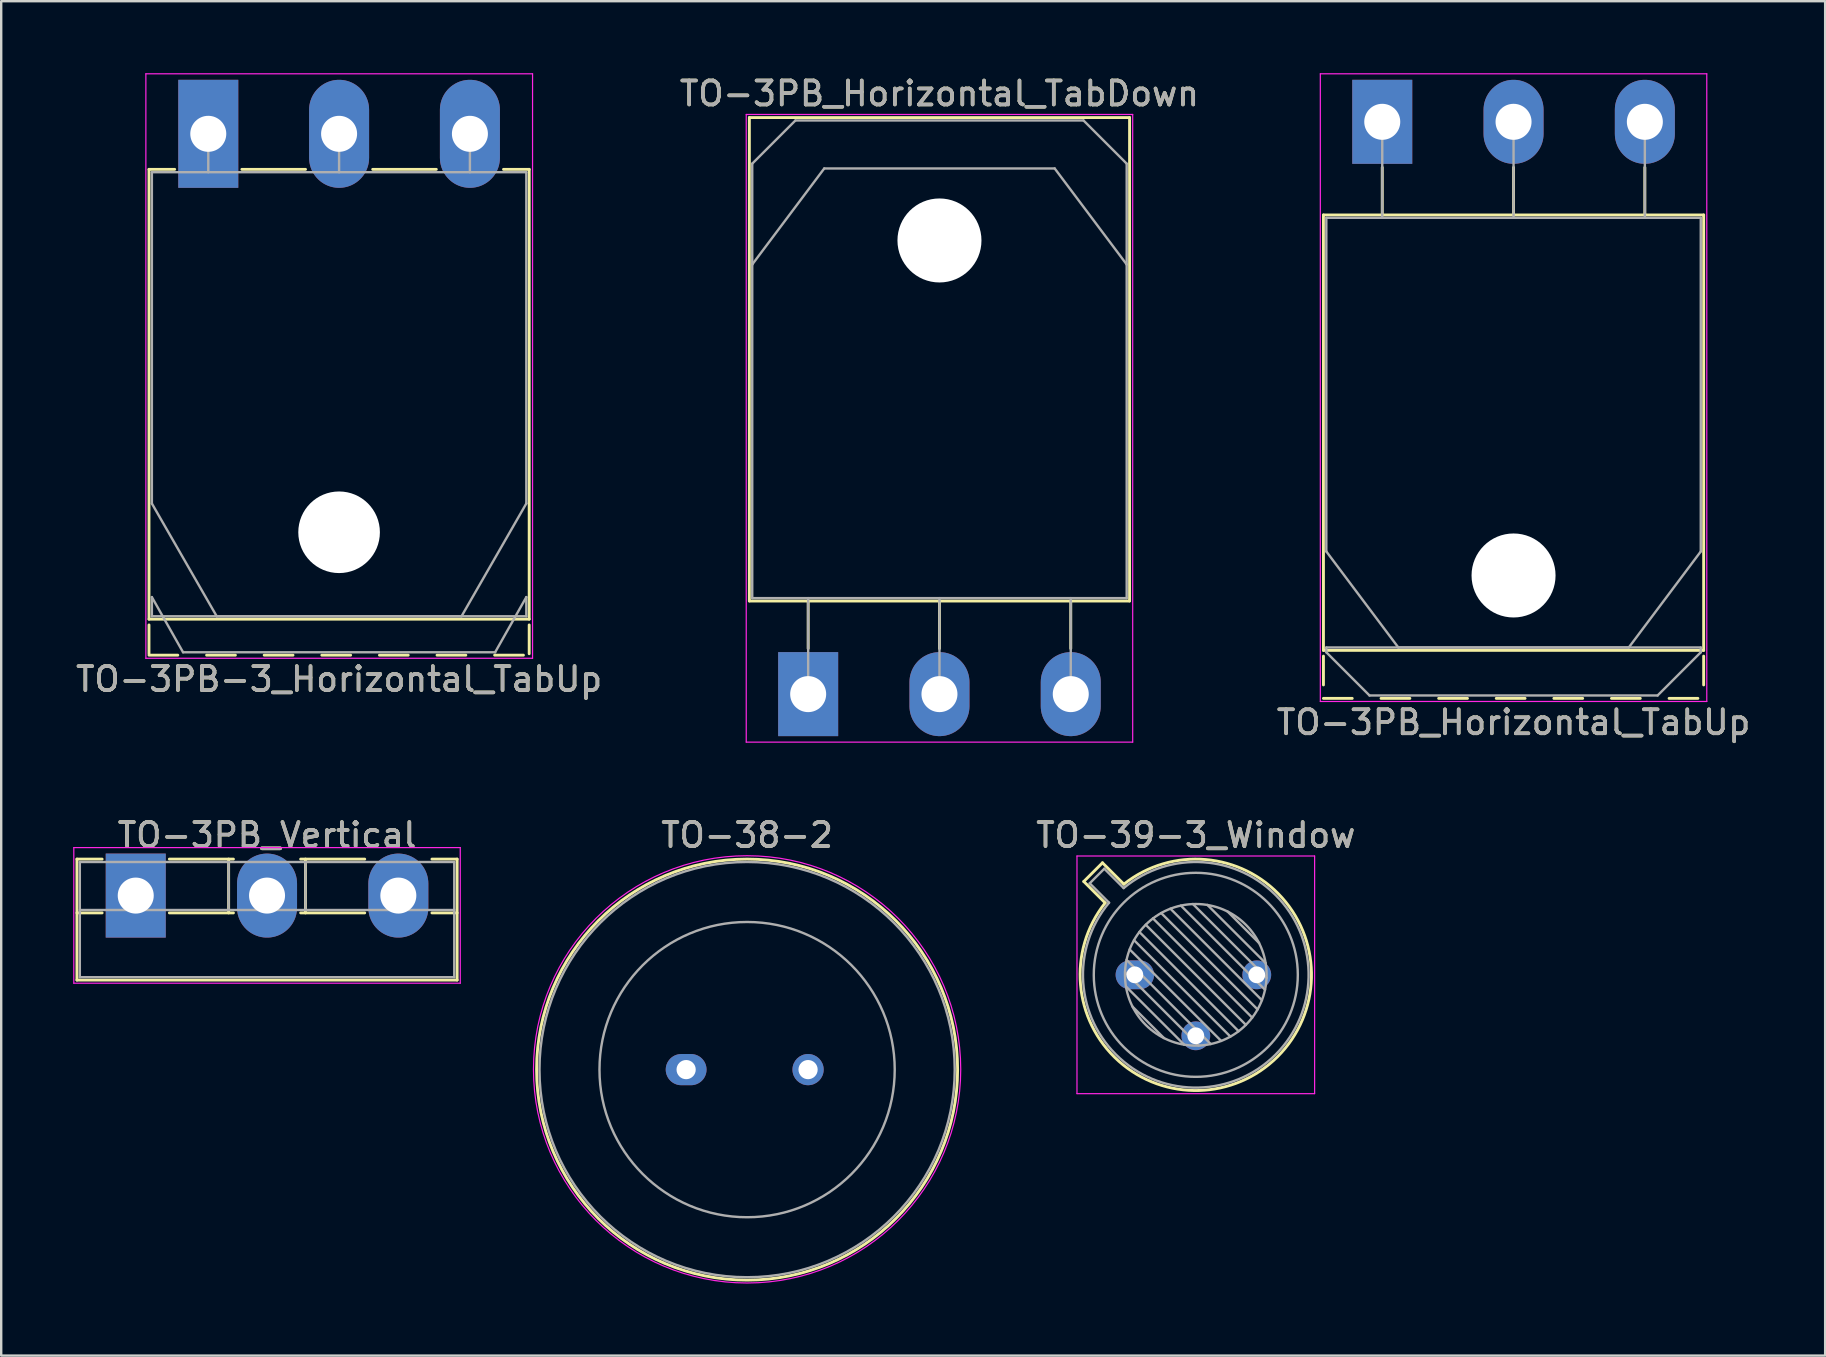
<source format=kicad_pcb>
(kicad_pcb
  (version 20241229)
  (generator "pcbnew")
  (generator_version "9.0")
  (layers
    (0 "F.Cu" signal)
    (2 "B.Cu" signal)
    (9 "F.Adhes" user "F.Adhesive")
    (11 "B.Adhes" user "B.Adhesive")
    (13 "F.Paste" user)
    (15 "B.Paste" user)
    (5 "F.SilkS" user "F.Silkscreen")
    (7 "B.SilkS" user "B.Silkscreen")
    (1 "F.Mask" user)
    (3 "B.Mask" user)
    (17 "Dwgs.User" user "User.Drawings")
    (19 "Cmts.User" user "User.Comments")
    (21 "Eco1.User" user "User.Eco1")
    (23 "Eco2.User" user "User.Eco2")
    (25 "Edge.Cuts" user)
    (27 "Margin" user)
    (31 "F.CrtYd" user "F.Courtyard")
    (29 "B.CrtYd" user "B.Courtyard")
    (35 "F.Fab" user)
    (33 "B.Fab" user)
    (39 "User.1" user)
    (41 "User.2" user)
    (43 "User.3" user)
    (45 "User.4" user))
  (footprint "TO-39-3_Window"
    (layer "F.Cu")
    (at 44.228 37.562)
    (property "Reference" "TO-39-3_Window" (at 2.54 -5.82 0) (layer "F.SilkS") (effects (font (size 1 1) (thickness 0.15))))
    (attr through_hole)
    (fp_line (start -2.126 -3.888) (end -1.235 -2.997) (stroke (width 0.12) (type solid)) (layer "F.SilkS"))
    (fp_line (start -1.348 -4.666) (end -2.126 -3.888) (stroke (width 0.12) (type solid)) (layer "F.SilkS"))
    (fp_line (start -0.457 -3.775) (end -1.348 -4.666) (stroke (width 0.12) (type solid)) (layer "F.SilkS"))
    (fp_arc (start -0.457084 -3.774902) (mid 5.948125 3.408384) (end -1.234674 -2.997371) (stroke (width 0.12) (type solid)) (layer "F.SilkS"))
    (fp_line (start -2.41 -4.95) (end -2.41 4.95) (stroke (width 0.05) (type solid)) (layer "F.CrtYd"))
    (fp_line (start -2.41 4.95) (end 7.49 4.95) (stroke (width 0.05) (type solid)) (layer "F.CrtYd"))
    (fp_line (start 7.49 -4.95) (end -2.41 -4.95) (stroke (width 0.05) (type solid)) (layer "F.CrtYd"))
    (fp_line (start 7.49 4.95) (end 7.49 -4.95) (stroke (width 0.05) (type solid)) (layer "F.CrtYd"))
    (fp_line (start -1.88 -3.812) (end -1.074 -3.005) (stroke (width 0.1) (type solid)) (layer "F.Fab"))
    (fp_line (start -1.272 -4.42) (end -1.88 -3.812) (stroke (width 0.1) (type solid)) (layer "F.Fab"))
    (fp_line (start -0.465 -3.614) (end -1.272 -4.42) (stroke (width 0.1) (type solid)) (layer "F.Fab"))
    (fp_line (start -0.408 -0.12) (end 2.66 2.948) (stroke (width 0.1) (type solid)) (layer "F.Fab"))
    (fp_line (start -0.371 0.485) (end 2.055 2.911) (stroke (width 0.1) (type solid)) (layer "F.Fab"))
    (fp_line (start -0.344 -0.622) (end 3.162 2.884) (stroke (width 0.1) (type solid)) (layer "F.Fab"))
    (fp_line (start -0.215 -1.058) (end 3.598 2.755) (stroke (width 0.1) (type solid)) (layer "F.Fab"))
    (fp_line (start -0.097 1.324) (end 1.216 2.637) (stroke (width 0.1) (type solid)) (layer "F.Fab"))
    (fp_line (start -0.034 -1.443) (end 3.983 2.574) (stroke (width 0.1) (type solid)) (layer "F.Fab"))
    (fp_line (start 0.19 -1.784) (end 4.324 2.35) (stroke (width 0.1) (type solid)) (layer "F.Fab"))
    (fp_line (start 0.454 -2.086) (end 4.626 2.086) (stroke (width 0.1) (type solid)) (layer "F.Fab"))
    (fp_line (start 0.756 -2.35) (end 4.89 1.784) (stroke (width 0.1) (type solid)) (layer "F.Fab"))
    (fp_line (start 1.097 -2.574) (end 5.114 1.443) (stroke (width 0.1) (type solid)) (layer "F.Fab"))
    (fp_line (start 1.482 -2.755) (end 5.295 1.058) (stroke (width 0.1) (type solid)) (layer "F.Fab"))
    (fp_line (start 1.918 -2.884) (end 5.424 0.622) (stroke (width 0.1) (type solid)) (layer "F.Fab"))
    (fp_line (start 2.42 -2.948) (end 5.488 0.12) (stroke (width 0.1) (type solid)) (layer "F.Fab"))
    (fp_line (start 3.025 -2.911) (end 5.451 -0.485) (stroke (width 0.1) (type solid)) (layer "F.Fab"))
    (fp_line (start 3.864 -2.637) (end 5.177 -1.324) (stroke (width 0.1) (type solid)) (layer "F.Fab"))
    (fp_arc (start -0.465408 -3.61352) (mid 5.863443 3.323361) (end -1.073594 -3.005319) (stroke (width 0.1) (type solid)) (layer "F.Fab"))
    (fp_circle (center 2.54 0) (end 5.49 0) (stroke (width 0.1) (type solid)) (fill no) (layer "F.Fab"))
    (fp_circle (center 2.54 0) (end 6.79 0) (stroke (width 0.1) (type solid)) (fill no) (layer "F.Fab"))
    (fp_text user "${REFERENCE}" (at 2.54 -5.82 0) (layer "F.Fab") (effects (font (size 1 1) (thickness 0.15))))
    (pad "1" thru_hole oval (at 0 0) (size 1.6 1.2) (drill 0.7) (layers "*.Cu" "*.Mask"))
    (pad "2" thru_hole oval (at 2.54 2.54) (size 1.2 1.2) (drill 0.7) (layers "*.Cu" "*.Mask"))
    (pad "3" thru_hole oval (at 5.08 0) (size 1.2 1.2) (drill 0.7) (layers "*.Cu" "*.Mask")))
  (footprint "TO-3PB-3_Horizontal_TabUp"
    (layer "F.Cu")
    (at 5.627 2.525)
    (property "Reference" "TO-3PB-3_Horizontal_TabUp" (at 5.45 22.72 0) (layer "F.SilkS") (effects (font (size 1 1) (thickness 0.15))))
    (attr through_hole)
    (fp_line (start -2.47 1.48) (end -2.47 20.22) (stroke (width 0.12) (type solid)) (layer "F.SilkS"))
    (fp_line (start -2.47 1.48) (end -1.4 1.48) (stroke (width 0.12) (type solid)) (layer "F.SilkS"))
    (fp_line (start -2.47 20.22) (end 13.37 20.22) (stroke (width 0.12) (type solid)) (layer "F.SilkS"))
    (fp_line (start -2.47 20.46) (end -2.47 21.66) (stroke (width 0.12) (type solid)) (layer "F.SilkS"))
    (fp_line (start -2.47 21.72) (end -1.27 21.72) (stroke (width 0.12) (type solid)) (layer "F.SilkS"))
    (fp_line (start -0.07 21.72) (end 1.13 21.72) (stroke (width 0.12) (type solid)) (layer "F.SilkS"))
    (fp_line (start 1.4 1.48) (end 4.051 1.48) (stroke (width 0.12) (type solid)) (layer "F.SilkS"))
    (fp_line (start 2.33 21.72) (end 3.53 21.72) (stroke (width 0.12) (type solid)) (layer "F.SilkS"))
    (fp_line (start 4.73 21.72) (end 5.931 21.72) (stroke (width 0.12) (type solid)) (layer "F.SilkS"))
    (fp_line (start 6.85 1.48) (end 9.5 1.48) (stroke (width 0.12) (type solid)) (layer "F.SilkS"))
    (fp_line (start 7.131 21.72) (end 8.33 21.72) (stroke (width 0.12) (type solid)) (layer "F.SilkS"))
    (fp_line (start 9.53 21.72) (end 10.73 21.72) (stroke (width 0.12) (type solid)) (layer "F.SilkS"))
    (fp_line (start 11.93 21.72) (end 13.13 21.72) (stroke (width 0.12) (type solid)) (layer "F.SilkS"))
    (fp_line (start 12.3 1.48) (end 13.37 1.48) (stroke (width 0.12) (type solid)) (layer "F.SilkS"))
    (fp_line (start 13.37 1.48) (end 13.37 20.22) (stroke (width 0.12) (type solid)) (layer "F.SilkS"))
    (fp_line (start 13.37 20.46) (end 13.37 21.66) (stroke (width 0.12) (type solid)) (layer "F.SilkS"))
    (fp_line (start -2.6 -2.5) (end -2.6 21.85) (stroke (width 0.05) (type solid)) (layer "F.CrtYd"))
    (fp_line (start -2.6 21.85) (end 13.51 21.85) (stroke (width 0.05) (type solid)) (layer "F.CrtYd"))
    (fp_line (start 13.51 -2.5) (end -2.6 -2.5) (stroke (width 0.05) (type solid)) (layer "F.CrtYd"))
    (fp_line (start 13.51 21.85) (end 13.51 -2.5) (stroke (width 0.05) (type solid)) (layer "F.CrtYd"))
    (fp_line (start -2.35 1.6) (end -2.35 15.401) (stroke (width 0.1) (type solid)) (layer "F.Fab"))
    (fp_line (start -2.35 15.401) (end 0.351 20.1) (stroke (width 0.1) (type solid)) (layer "F.Fab"))
    (fp_line (start -2.35 19.3) (end -1.05 21.6) (stroke (width 0.1) (type solid)) (layer "F.Fab"))
    (fp_line (start -2.35 20.1) (end -2.35 19.3) (stroke (width 0.1) (type solid)) (layer "F.Fab"))
    (fp_line (start -1.05 21.6) (end 11.95 21.6) (stroke (width 0.1) (type solid)) (layer "F.Fab"))
    (fp_line (start 0 1.6) (end 0 0) (stroke (width 0.1) (type solid)) (layer "F.Fab"))
    (fp_line (start 0.351 20.1) (end 10.55 20.1) (stroke (width 0.1) (type solid)) (layer "F.Fab"))
    (fp_line (start 5.45 1.6) (end 5.45 0) (stroke (width 0.1) (type solid)) (layer "F.Fab"))
    (fp_line (start 10.55 20.1) (end 13.25 15.401) (stroke (width 0.1) (type solid)) (layer "F.Fab"))
    (fp_line (start 10.9 1.6) (end 10.9 0) (stroke (width 0.1) (type solid)) (layer "F.Fab"))
    (fp_line (start 11.95 21.6) (end 13.25 19.3) (stroke (width 0.1) (type solid)) (layer "F.Fab"))
    (fp_line (start 13.25 1.6) (end -2.35 1.6) (stroke (width 0.1) (type solid)) (layer "F.Fab"))
    (fp_line (start 13.25 15.401) (end 13.25 1.6) (stroke (width 0.1) (type solid)) (layer "F.Fab"))
    (fp_line (start 13.25 19.3) (end 13.25 20.1) (stroke (width 0.1) (type solid)) (layer "F.Fab"))
    (fp_line (start 13.25 20.1) (end -2.35 20.1) (stroke (width 0.1) (type solid)) (layer "F.Fab"))
    (fp_circle (center 5.45 16.6) (end 7.05 16.6) (stroke (width 0.1) (type solid)) (fill no) (layer "F.Fab"))
    (fp_text user "${REFERENCE}" (at 5.45 22.72 0) (layer "F.Fab") (effects (font (size 1 1) (thickness 0.15))))
    (pad "" np_thru_hole oval (at 5.45 16.6) (size 3.4 3.4) (drill 3.4) (layers "*.Cu" "*.Mask"))
    (pad "1" thru_hole rect (at 0 0) (size 2.5 4.5) (drill 1.5) (layers "*.Cu" "*.Mask"))
    (pad "2" thru_hole oval (at 5.45 0) (size 2.5 4.5) (drill 1.5) (layers "*.Cu" "*.Mask"))
    (pad "3" thru_hole oval (at 10.9 0) (size 2.5 4.5) (drill 1.5) (layers "*.Cu" "*.Mask")))
  (footprint "TO-38-2"
    (layer "F.Cu")
    (at 25.535 41.511)
    (property "Reference" "TO-38-2" (at 2.54 -9.77 0) (layer "F.SilkS") (effects (font (size 1 1) (thickness 0.15))))
    (attr through_hole)
    (fp_circle (center 2.54 0) (end 11.31 0) (stroke (width 0.12) (type solid)) (fill no) (layer "F.SilkS"))
    (fp_circle (center 2.54 -0.01) (end 11.44 -0.01) (stroke (width 0.05) (type solid)) (fill no) (layer "F.CrtYd"))
    (fp_circle (center 2.54 0) (end 8.69 0) (stroke (width 0.1) (type solid)) (fill no) (layer "F.Fab"))
    (fp_circle (center 2.54 0) (end 11.19 0) (stroke (width 0.1) (type solid)) (fill no) (layer "F.Fab"))
    (fp_text user "${REFERENCE}" (at 2.54 -9.77 0) (layer "F.Fab") (effects (font (size 1 1) (thickness 0.15))))
    (pad "1" thru_hole oval (at 0 0) (size 1.7 1.3) (drill 0.8) (layers "*.Cu" "*.Mask"))
    (pad "2" thru_hole oval (at 5.08 0) (size 1.3 1.3) (drill 0.8) (layers "*.Cu" "*.Mask")))
  (footprint "TO-3PB_Horizontal_TabDown"
    (layer "F.Cu")
    (at 30.619 25.868)
    (property "Reference" "TO-3PB_Horizontal_TabDown" (at 5.47 -25.02 0) (layer "F.SilkS") (effects (font (size 1 1) (thickness 0.15))))
    (attr through_hole)
    (fp_line (start -2.45 -24.02) (end -2.45 -3.88) (stroke (width 0.12) (type solid)) (layer "F.SilkS"))
    (fp_line (start -2.45 -24.02) (end 13.39 -24.02) (stroke (width 0.12) (type solid)) (layer "F.SilkS"))
    (fp_line (start -2.45 -3.88) (end 13.39 -3.88) (stroke (width 0.12) (type solid)) (layer "F.SilkS"))
    (fp_line (start 0 -3.88) (end 0 -1.9) (stroke (width 0.12) (type solid)) (layer "F.SilkS"))
    (fp_line (start 5.47 -3.88) (end 5.47 -1.9) (stroke (width 0.12) (type solid)) (layer "F.SilkS"))
    (fp_line (start 10.94 -3.88) (end 10.94 -1.9) (stroke (width 0.12) (type solid)) (layer "F.SilkS"))
    (fp_line (start 13.39 -24.02) (end 13.39 -3.88) (stroke (width 0.12) (type solid)) (layer "F.SilkS"))
    (fp_line (start -2.58 -24.15) (end -2.58 2) (stroke (width 0.05) (type solid)) (layer "F.CrtYd"))
    (fp_line (start -2.58 2) (end 13.52 2) (stroke (width 0.05) (type solid)) (layer "F.CrtYd"))
    (fp_line (start 13.52 -24.15) (end -2.58 -24.15) (stroke (width 0.05) (type solid)) (layer "F.CrtYd"))
    (fp_line (start 13.52 2) (end 13.52 -24.15) (stroke (width 0.05) (type solid)) (layer "F.CrtYd"))
    (fp_line (start -2.33 -22.1) (end -0.53 -23.9) (stroke (width 0.1) (type solid)) (layer "F.Fab"))
    (fp_line (start -2.33 -17.9) (end -2.33 -22.1) (stroke (width 0.1) (type solid)) (layer "F.Fab"))
    (fp_line (start -2.33 -17.9) (end 0.67 -21.9) (stroke (width 0.1) (type solid)) (layer "F.Fab"))
    (fp_line (start -2.33 -4) (end -2.33 -17.9) (stroke (width 0.1) (type solid)) (layer "F.Fab"))
    (fp_line (start -0.53 -23.9) (end 11.47 -23.9) (stroke (width 0.1) (type solid)) (layer "F.Fab"))
    (fp_line (start 0 -4) (end 0 0) (stroke (width 0.1) (type solid)) (layer "F.Fab"))
    (fp_line (start 0.67 -21.9) (end 10.27 -21.9) (stroke (width 0.1) (type solid)) (layer "F.Fab"))
    (fp_line (start 5.47 -4) (end 5.47 0) (stroke (width 0.1) (type solid)) (layer "F.Fab"))
    (fp_line (start 10.27 -21.9) (end 13.27 -17.9) (stroke (width 0.1) (type solid)) (layer "F.Fab"))
    (fp_line (start 10.94 -4) (end 10.94 0) (stroke (width 0.1) (type solid)) (layer "F.Fab"))
    (fp_line (start 11.47 -23.9) (end 13.27 -22.1) (stroke (width 0.1) (type solid)) (layer "F.Fab"))
    (fp_line (start 13.27 -22.1) (end 13.27 -17.9) (stroke (width 0.1) (type solid)) (layer "F.Fab"))
    (fp_line (start 13.27 -17.9) (end 13.27 -4) (stroke (width 0.1) (type solid)) (layer "F.Fab"))
    (fp_line (start 13.27 -4) (end -2.33 -4) (stroke (width 0.1) (type solid)) (layer "F.Fab"))
    (fp_circle (center 5.47 -18.9) (end 7.07 -18.9) (stroke (width 0.1) (type solid)) (fill no) (layer "F.Fab"))
    (fp_text user "${REFERENCE}" (at 5.47 -25.02 0) (layer "F.Fab") (effects (font (size 1 1) (thickness 0.15))))
    (pad "" np_thru_hole oval (at 5.47 -18.9) (size 3.5 3.5) (drill 3.5) (layers "*.Cu" "*.Mask"))
    (pad "1" thru_hole rect (at 0 0) (size 2.5 3.5) (drill 1.5) (layers "*.Cu" "*.Mask"))
    (pad "2" thru_hole oval (at 5.47 0) (size 2.5 3.5) (drill 1.5) (layers "*.Cu" "*.Mask"))
    (pad "3" thru_hole oval (at 10.94 0) (size 2.5 3.5) (drill 1.5) (layers "*.Cu" "*.Mask")))
  (footprint "TO-3PB_Horizontal_TabUp"
    (layer "F.Cu")
    (at 54.536 2.025)
    (property "Reference" "TO-3PB_Horizontal_TabUp" (at 5.47 25.02 0) (layer "F.SilkS") (effects (font (size 1 1) (thickness 0.15))))
    (attr through_hole)
    (fp_line (start -2.45 3.88) (end -2.45 22.02) (stroke (width 0.12) (type solid)) (layer "F.SilkS"))
    (fp_line (start -2.45 3.88) (end 13.39 3.88) (stroke (width 0.12) (type solid)) (layer "F.SilkS"))
    (fp_line (start -2.45 22.02) (end 13.39 22.02) (stroke (width 0.12) (type solid)) (layer "F.SilkS"))
    (fp_line (start -2.45 22.26) (end -2.45 23.46) (stroke (width 0.12) (type solid)) (layer "F.SilkS"))
    (fp_line (start -2.45 24.02) (end -1.251 24.02) (stroke (width 0.12) (type solid)) (layer "F.SilkS"))
    (fp_line (start -0.051 24.02) (end 1.15 24.02) (stroke (width 0.12) (type solid)) (layer "F.SilkS"))
    (fp_line (start 0 1.9) (end 0 3.88) (stroke (width 0.12) (type solid)) (layer "F.SilkS"))
    (fp_line (start 2.35 24.02) (end 3.55 24.02) (stroke (width 0.12) (type solid)) (layer "F.SilkS"))
    (fp_line (start 4.75 24.02) (end 5.95 24.02) (stroke (width 0.12) (type solid)) (layer "F.SilkS"))
    (fp_line (start 5.47 1.9) (end 5.47 3.88) (stroke (width 0.12) (type solid)) (layer "F.SilkS"))
    (fp_line (start 7.15 24.02) (end 8.35 24.02) (stroke (width 0.12) (type solid)) (layer "F.SilkS"))
    (fp_line (start 9.55 24.02) (end 10.75 24.02) (stroke (width 0.12) (type solid)) (layer "F.SilkS"))
    (fp_line (start 10.94 1.9) (end 10.94 3.88) (stroke (width 0.12) (type solid)) (layer "F.SilkS"))
    (fp_line (start 11.95 24.02) (end 13.15 24.02) (stroke (width 0.12) (type solid)) (layer "F.SilkS"))
    (fp_line (start 13.39 3.88) (end 13.39 22.02) (stroke (width 0.12) (type solid)) (layer "F.SilkS"))
    (fp_line (start 13.39 22.26) (end 13.39 23.46) (stroke (width 0.12) (type solid)) (layer "F.SilkS"))
    (fp_line (start -2.58 -2) (end -2.58 24.15) (stroke (width 0.05) (type solid)) (layer "F.CrtYd"))
    (fp_line (start -2.58 24.15) (end 13.52 24.15) (stroke (width 0.05) (type solid)) (layer "F.CrtYd"))
    (fp_line (start 13.52 -2) (end -2.58 -2) (stroke (width 0.05) (type solid)) (layer "F.CrtYd"))
    (fp_line (start 13.52 24.15) (end 13.52 -2) (stroke (width 0.05) (type solid)) (layer "F.CrtYd"))
    (fp_line (start -2.33 4) (end -2.33 17.9) (stroke (width 0.1) (type solid)) (layer "F.Fab"))
    (fp_line (start -2.33 17.9) (end 0.67 21.9) (stroke (width 0.1) (type solid)) (layer "F.Fab"))
    (fp_line (start -2.33 21.9) (end -2.33 22.1) (stroke (width 0.1) (type solid)) (layer "F.Fab"))
    (fp_line (start -2.33 22.1) (end -0.53 23.9) (stroke (width 0.1) (type solid)) (layer "F.Fab"))
    (fp_line (start -0.53 23.9) (end 11.47 23.9) (stroke (width 0.1) (type solid)) (layer "F.Fab"))
    (fp_line (start 0 4) (end 0 0) (stroke (width 0.1) (type solid)) (layer "F.Fab"))
    (fp_line (start 0.67 21.9) (end 10.27 21.9) (stroke (width 0.1) (type solid)) (layer "F.Fab"))
    (fp_line (start 5.47 4) (end 5.47 0) (stroke (width 0.1) (type solid)) (layer "F.Fab"))
    (fp_line (start 10.27 21.9) (end 13.27 17.9) (stroke (width 0.1) (type solid)) (layer "F.Fab"))
    (fp_line (start 10.94 4) (end 10.94 0) (stroke (width 0.1) (type solid)) (layer "F.Fab"))
    (fp_line (start 11.47 23.9) (end 13.27 22.1) (stroke (width 0.1) (type solid)) (layer "F.Fab"))
    (fp_line (start 13.27 4) (end -2.33 4) (stroke (width 0.1) (type solid)) (layer "F.Fab"))
    (fp_line (start 13.27 17.9) (end 13.27 4) (stroke (width 0.1) (type solid)) (layer "F.Fab"))
    (fp_line (start 13.27 21.9) (end -2.33 21.9) (stroke (width 0.1) (type solid)) (layer "F.Fab"))
    (fp_line (start 13.27 22.1) (end 13.27 21.9) (stroke (width 0.1) (type solid)) (layer "F.Fab"))
    (fp_circle (center 5.47 18.9) (end 7.07 18.9) (stroke (width 0.1) (type solid)) (fill no) (layer "F.Fab"))
    (fp_text user "${REFERENCE}" (at 5.47 25.02 0) (layer "F.Fab") (effects (font (size 1 1) (thickness 0.15))))
    (pad "" np_thru_hole oval (at 5.47 18.9) (size 3.5 3.5) (drill 3.5) (layers "*.Cu" "*.Mask"))
    (pad "1" thru_hole rect (at 0 0) (size 2.5 3.5) (drill 1.5) (layers "*.Cu" "*.Mask"))
    (pad "2" thru_hole oval (at 5.47 0) (size 2.5 3.5) (drill 1.5) (layers "*.Cu" "*.Mask"))
    (pad "3" thru_hole oval (at 10.94 0) (size 2.5 3.5) (drill 1.5) (layers "*.Cu" "*.Mask")))
  (footprint "TO-3PB_Vertical"
    (layer "F.Cu")
    (at 2.605 34.261)
    (property "Reference" "TO-3PB_Vertical" (at 5.47 -2.52 0) (layer "F.SilkS") (effects (font (size 1 1) (thickness 0.15))))
    (attr through_hole)
    (fp_line (start -2.45 -1.52) (end -2.45 3.52) (stroke (width 0.12) (type solid)) (layer "F.SilkS"))
    (fp_line (start -2.45 -1.52) (end -1.4 -1.52) (stroke (width 0.12) (type solid)) (layer "F.SilkS"))
    (fp_line (start -2.45 0.721) (end -1.4 0.721) (stroke (width 0.12) (type solid)) (layer "F.SilkS"))
    (fp_line (start -2.45 3.52) (end 13.39 3.52) (stroke (width 0.12) (type solid)) (layer "F.SilkS"))
    (fp_line (start 1.4 -1.52) (end 4.07 -1.52) (stroke (width 0.12) (type solid)) (layer "F.SilkS"))
    (fp_line (start 1.4 0.721) (end 4.07 0.721) (stroke (width 0.12) (type solid)) (layer "F.SilkS"))
    (fp_line (start 3.87 -1.52) (end 3.87 0.721) (stroke (width 0.12) (type solid)) (layer "F.SilkS"))
    (fp_line (start 6.87 -1.52) (end 9.54 -1.52) (stroke (width 0.12) (type solid)) (layer "F.SilkS"))
    (fp_line (start 6.87 0.721) (end 9.54 0.721) (stroke (width 0.12) (type solid)) (layer "F.SilkS"))
    (fp_line (start 7.07 -1.52) (end 7.07 0.721) (stroke (width 0.12) (type solid)) (layer "F.SilkS"))
    (fp_line (start 12.34 -1.52) (end 13.39 -1.52) (stroke (width 0.12) (type solid)) (layer "F.SilkS"))
    (fp_line (start 12.34 0.721) (end 13.39 0.721) (stroke (width 0.12) (type solid)) (layer "F.SilkS"))
    (fp_line (start 13.39 -1.52) (end 13.39 3.52) (stroke (width 0.12) (type solid)) (layer "F.SilkS"))
    (fp_line (start -2.58 -2) (end -2.58 3.65) (stroke (width 0.05) (type solid)) (layer "F.CrtYd"))
    (fp_line (start -2.58 3.65) (end 13.52 3.65) (stroke (width 0.05) (type solid)) (layer "F.CrtYd"))
    (fp_line (start 13.52 -2) (end -2.58 -2) (stroke (width 0.05) (type solid)) (layer "F.CrtYd"))
    (fp_line (start 13.52 3.65) (end 13.52 -2) (stroke (width 0.05) (type solid)) (layer "F.CrtYd"))
    (fp_line (start -2.33 -1.4) (end -2.33 3.4) (stroke (width 0.1) (type solid)) (layer "F.Fab"))
    (fp_line (start -2.33 0.6) (end 13.27 0.6) (stroke (width 0.1) (type solid)) (layer "F.Fab"))
    (fp_line (start -2.33 3.4) (end 13.27 3.4) (stroke (width 0.1) (type solid)) (layer "F.Fab"))
    (fp_line (start 3.87 -1.4) (end 3.87 0.6) (stroke (width 0.1) (type solid)) (layer "F.Fab"))
    (fp_line (start 7.07 -1.4) (end 7.07 0.6) (stroke (width 0.1) (type solid)) (layer "F.Fab"))
    (fp_line (start 13.27 -1.4) (end -2.33 -1.4) (stroke (width 0.1) (type solid)) (layer "F.Fab"))
    (fp_line (start 13.27 3.4) (end 13.27 -1.4) (stroke (width 0.1) (type solid)) (layer "F.Fab"))
    (fp_text user "${REFERENCE}" (at 5.47 -2.52 0) (layer "F.Fab") (effects (font (size 1 1) (thickness 0.15))))
    (pad "1" thru_hole rect (at 0 0) (size 2.5 3.5) (drill 1.5) (layers "*.Cu" "*.Mask"))
    (pad "2" thru_hole oval (at 5.47 0) (size 2.5 3.5) (drill 1.5) (layers "*.Cu" "*.Mask"))
    (pad "3" thru_hole oval (at 10.94 0) (size 2.5 3.5) (drill 1.5) (layers "*.Cu" "*.Mask")))
  (gr_rect
    (start -3 -3)
    (end 72.988 53.426)
    (stroke (width 0.1) (type default))
    (fill no)
    (layer "Edge.Cuts")))
</source>
